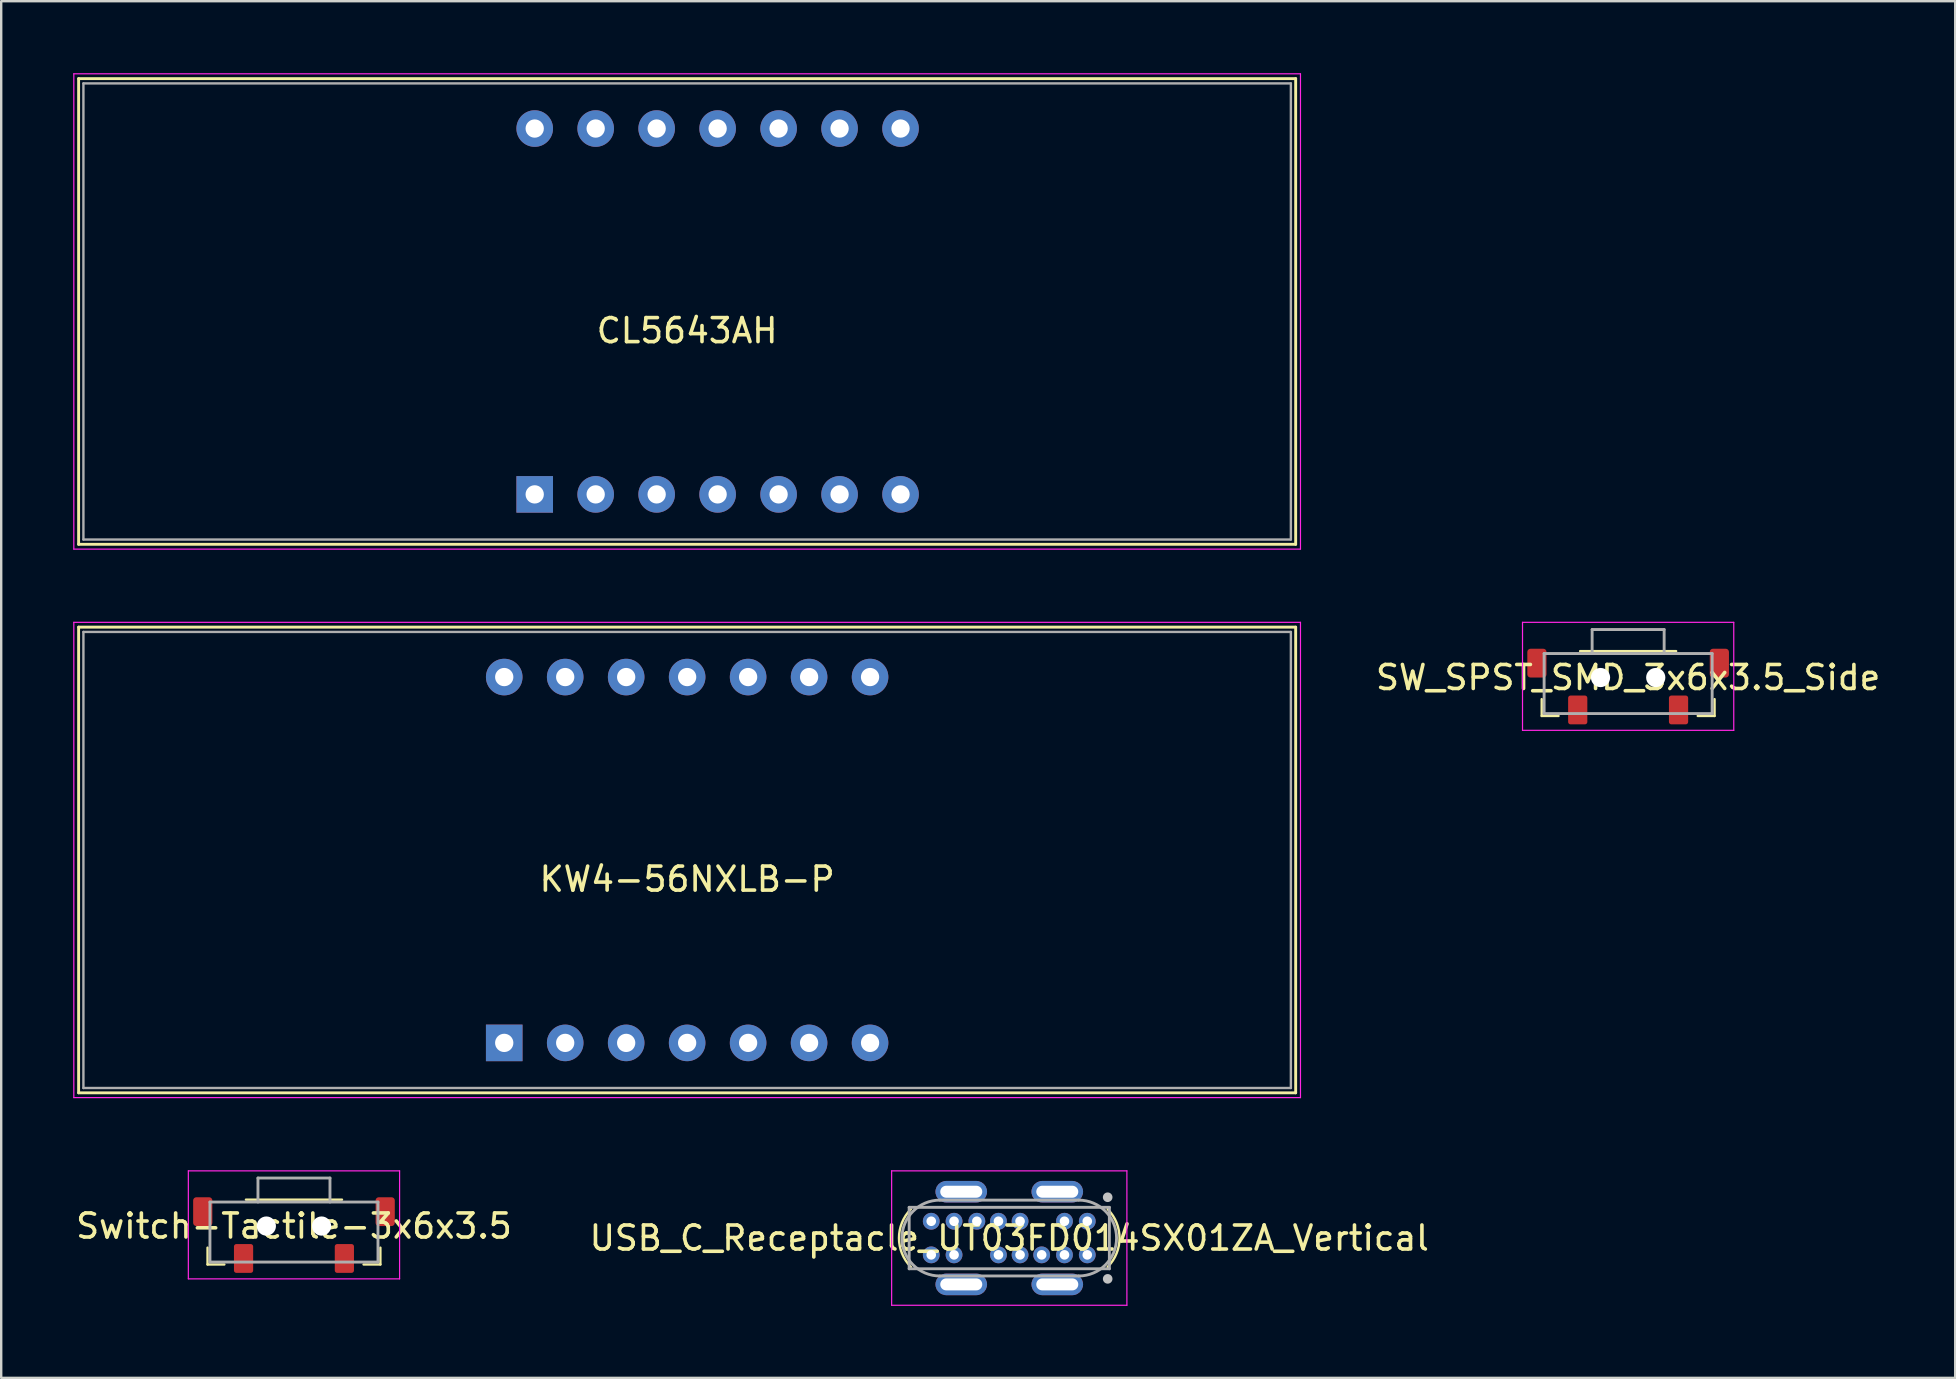
<source format=kicad_pcb>
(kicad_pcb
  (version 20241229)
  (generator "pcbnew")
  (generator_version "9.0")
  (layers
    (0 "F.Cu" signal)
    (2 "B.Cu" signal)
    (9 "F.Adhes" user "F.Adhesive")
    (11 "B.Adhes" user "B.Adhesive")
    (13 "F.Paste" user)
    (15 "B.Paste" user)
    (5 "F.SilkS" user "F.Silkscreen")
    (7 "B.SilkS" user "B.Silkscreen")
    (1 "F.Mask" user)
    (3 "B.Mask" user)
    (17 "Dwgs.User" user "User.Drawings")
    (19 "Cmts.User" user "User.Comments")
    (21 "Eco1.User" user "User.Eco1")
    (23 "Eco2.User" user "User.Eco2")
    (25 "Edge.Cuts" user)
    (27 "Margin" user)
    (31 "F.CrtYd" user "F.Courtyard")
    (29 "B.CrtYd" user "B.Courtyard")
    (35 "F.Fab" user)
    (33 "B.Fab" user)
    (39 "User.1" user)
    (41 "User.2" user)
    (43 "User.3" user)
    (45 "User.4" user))
  (footprint "CL5643AH"
    (layer "F.Cu")
    (at 25.575 9.925)
    (property "Reference" "CL5643AH" (at 0 0.8 0) (layer "F.SilkS") (effects (font (size 1 1) (thickness 0.15))))
    (attr through_hole)
    (fp_line (start -25.35 -9.7) (end -25.35 9.7) (stroke (width 0.12) (type solid)) (layer "F.SilkS"))
    (fp_line (start -25.35 9.7) (end 25.35 9.7) (stroke (width 0.12) (type solid)) (layer "F.SilkS"))
    (fp_line (start 25.35 -9.7) (end -25.35 -9.7) (stroke (width 0.12) (type solid)) (layer "F.SilkS"))
    (fp_line (start 25.35 9.7) (end 25.35 -9.7) (stroke (width 0.12) (type solid)) (layer "F.SilkS"))
    (fp_line (start -25.55 -9.9) (end -25.55 9.9) (stroke (width 0.05) (type solid)) (layer "F.CrtYd"))
    (fp_line (start -25.55 9.9) (end 25.55 9.9) (stroke (width 0.05) (type solid)) (layer "F.CrtYd"))
    (fp_line (start 25.55 -9.9) (end -25.55 -9.9) (stroke (width 0.05) (type solid)) (layer "F.CrtYd"))
    (fp_line (start 25.55 9.9) (end 25.55 -9.9) (stroke (width 0.05) (type solid)) (layer "F.CrtYd"))
    (fp_line (start -25.15 -9.5) (end 25.15 -9.5) (stroke (width 0.1) (type solid)) (layer "F.Fab"))
    (fp_line (start -25.15 9.5) (end -25.15 -9.5) (stroke (width 0.1) (type solid)) (layer "F.Fab"))
    (fp_line (start 25.15 -9.5) (end 25.15 9.5) (stroke (width 0.1) (type solid)) (layer "F.Fab"))
    (fp_line (start 25.15 9.5) (end -25.15 9.5) (stroke (width 0.1) (type solid)) (layer "F.Fab"))
    (pad "1" thru_hole rect (at -6.35 7.62) (size 1.524 1.524) (drill 0.762) (layers "*.Cu" "*.Mask"))
    (pad "2" thru_hole circle (at -3.81 7.62) (size 1.524 1.524) (drill 0.762) (layers "*.Cu" "*.Mask"))
    (pad "3" thru_hole circle (at -1.27 7.62) (size 1.524 1.524) (drill 0.762) (layers "*.Cu" "*.Mask"))
    (pad "4" thru_hole circle (at 1.27 7.62) (size 1.524 1.524) (drill 0.762) (layers "*.Cu" "*.Mask"))
    (pad "5" thru_hole circle (at 3.81 7.62) (size 1.524 1.524) (drill 0.762) (layers "*.Cu" "*.Mask"))
    (pad "6" thru_hole circle (at 6.35 7.62) (size 1.524 1.524) (drill 0.762) (layers "*.Cu" "*.Mask"))
    (pad "7" thru_hole circle (at 8.89 7.62) (size 1.524 1.524) (drill 0.762) (layers "*.Cu" "*.Mask"))
    (pad "8" thru_hole circle (at 8.89 -7.62) (size 1.524 1.524) (drill 0.762) (layers "*.Cu" "*.Mask"))
    (pad "9" thru_hole circle (at 6.35 -7.62) (size 1.524 1.524) (drill 0.762) (layers "*.Cu" "*.Mask"))
    (pad "10" thru_hole circle (at 3.81 -7.62) (size 1.524 1.524) (drill 0.762) (layers "*.Cu" "*.Mask"))
    (pad "11" thru_hole circle (at 1.27 -7.62) (size 1.524 1.524) (drill 0.762) (layers "*.Cu" "*.Mask"))
    (pad "12" thru_hole circle (at -1.27 -7.62) (size 1.524 1.524) (drill 0.762) (layers "*.Cu" "*.Mask"))
    (pad "13" thru_hole circle (at -3.81 -7.62) (size 1.524 1.524) (drill 0.762) (layers "*.Cu" "*.Mask"))
    (pad "14" thru_hole circle (at -6.35 -7.62) (size 1.524 1.524) (drill 0.762) (layers "*.Cu" "*.Mask")))
  (footprint "SW_SPST_SMD_3x6x3.5_Side"
    (layer "F.Cu")
    (at 64.775 25.175)
    (property "Reference" "SW_SPST_SMD_3x6x3.5_Side" (at 0 0 0) (layer "F.SilkS") (effects (font (size 1 1) (thickness 0.15))))
    (attr through_hole)
    (fp_line (start -3.6 1.6) (end -3.6 0.9) (stroke (width 0.1) (type solid)) (layer "F.SilkS"))
    (fp_line (start -3.6 1.6) (end -2.9 1.6) (stroke (width 0.1) (type solid)) (layer "F.SilkS"))
    (fp_line (start -2 -1.1) (end 2 -1.1) (stroke (width 0.1) (type solid)) (layer "F.SilkS"))
    (fp_line (start 3.6 1.6) (end 2.9 1.6) (stroke (width 0.1) (type solid)) (layer "F.SilkS"))
    (fp_line (start 3.6 1.6) (end 3.6 0.9) (stroke (width 0.1) (type solid)) (layer "F.SilkS"))
    (fp_line (start -4.4 -2.3) (end -4.4 2.2) (stroke (width 0.05) (type solid)) (layer "F.CrtYd"))
    (fp_line (start -4.4 2.2) (end 4.4 2.2) (stroke (width 0.05) (type solid)) (layer "F.CrtYd"))
    (fp_line (start 4.4 -2.3) (end -4.4 -2.3) (stroke (width 0.05) (type solid)) (layer "F.CrtYd"))
    (fp_line (start 4.4 2.2) (end 4.4 -2.3) (stroke (width 0.05) (type solid)) (layer "F.CrtYd"))
    (fp_line (start -3.5 -1) (end 3.5 -1) (stroke (width 0.12) (type solid)) (layer "F.Fab"))
    (fp_line (start -3.5 1.5) (end -3.5 -1) (stroke (width 0.12) (type solid)) (layer "F.Fab"))
    (fp_line (start -1.5 -2) (end 1.5 -2) (stroke (width 0.12) (type solid)) (layer "F.Fab"))
    (fp_line (start -1.5 -1) (end -1.5 -2) (stroke (width 0.12) (type solid)) (layer "F.Fab"))
    (fp_line (start 1.5 -2) (end 1.5 -1) (stroke (width 0.12) (type solid)) (layer "F.Fab"))
    (fp_line (start 3.5 -1) (end 3.5 1.5) (stroke (width 0.12) (type solid)) (layer "F.Fab"))
    (fp_line (start 3.5 1.5) (end -3.5 1.5) (stroke (width 0.12) (type solid)) (layer "F.Fab"))
    (pad "" np_thru_hole circle (at -1.15 0) (size 0.8 0.8) (drill 0.8) (layers "*.Cu" "*.Mask"))
    (pad "" np_thru_hole circle (at 1.15 0) (size 0.8 0.8) (drill 0.8) (layers "*.Cu" "*.Mask"))
    (pad "1" smd roundrect (at -2.1 1.35) (size 0.8 1.2) (layers "F.Cu" "F.Mask" "F.Paste") (roundrect_rratio 0.125))
    (pad "2" smd roundrect (at 2.1 1.35) (size 0.8 1.2) (layers "F.Cu" "F.Mask" "F.Paste") (roundrect_rratio 0.125))
    (pad "MP" smd roundrect (at -3.8 -0.6) (size 0.8 1.2) (layers "F.Cu" "F.Mask" "F.Paste") (roundrect_rratio 0.167))
    (pad "MP" smd roundrect (at 3.8 -0.6) (size 0.8 1.2) (layers "F.Cu" "F.Mask" "F.Paste") (roundrect_rratio 0.167)))
  (footprint "USB_C_Receptacle_UT03FD014SX01ZA_Vertical"
    (layer "F.Cu")
    (at 38.994 48.525)
    (property "Reference" "USB_C_Receptacle_UT03FD014SX01ZA_Vertical" (at 0 0 0) (layer "F.SilkS") (effects (font (size 1 1) (thickness 0.15))))
    (attr through_hole)
    (fp_arc (start -4.1 1.2) (mid -4.594142 0) (end -4.1 -1.2) (stroke (width 0.1) (type solid)) (layer "F.SilkS"))
    (fp_arc (start 4.1 -1.2) (mid 4.594142 0) (end 4.1 1.2) (stroke (width 0.1) (type solid)) (layer "F.SilkS"))
    (fp_line (start -4.9 -2.8) (end 4.9 -2.8) (stroke (width 0.05) (type solid)) (layer "F.CrtYd"))
    (fp_line (start -4.9 2.8) (end -4.9 -2.8) (stroke (width 0.05) (type solid)) (layer "F.CrtYd"))
    (fp_line (start 4.9 -2.8) (end 4.9 2.8) (stroke (width 0.05) (type solid)) (layer "F.CrtYd"))
    (fp_line (start 4.9 2.8) (end -4.9 2.8) (stroke (width 0.05) (type solid)) (layer "F.CrtYd"))
    (fp_line (start -4.17 -1.28) (end -4.17 1.28) (stroke (width 0.12) (type solid)) (layer "F.Fab"))
    (fp_line (start -4.17 -1.28) (end 4.17 -1.28) (stroke (width 0.12) (type solid)) (layer "F.Fab"))
    (fp_line (start -4.17 1.28) (end 4.17 1.28) (stroke (width 0.12) (type solid)) (layer "F.Fab"))
    (fp_line (start -2.89 -1.58) (end 2.89 -1.58) (stroke (width 0.12) (type solid)) (layer "F.Fab"))
    (fp_line (start -2.89 1.58) (end 2.89 1.58) (stroke (width 0.12) (type solid)) (layer "F.Fab"))
    (fp_line (start 4.17 1.28) (end 4.17 -1.28) (stroke (width 0.12) (type solid)) (layer "F.Fab"))
    (fp_arc (start -2.89 1.58) (mid -4.47 0) (end -2.89 -1.58) (stroke (width 0.12) (type solid)) (layer "F.Fab"))
    (fp_arc (start 2.89 -1.58) (mid 4.47 0) (end 2.89 1.58) (stroke (width 0.12) (type solid)) (layer "F.Fab"))
    (pad "" smd circle (at 4.1 -1.7) (size 0.4 0.4) (layers "Dwgs.User"))
    (pad "" smd circle (at 4.1 1.7) (size 0.4 0.4) (layers "Dwgs.User"))
    (pad "A1" thru_hole circle (at -3.25 -0.7) (size 0.7 0.7) (drill 0.4) (layers "*.Cu" "*.Mask"))
    (pad "A4" thru_hole circle (at -2.3 -0.7) (size 0.7 0.7) (drill 0.4) (layers "*.Cu" "*.Mask"))
    (pad "A5" thru_hole circle (at -1.35 -0.7) (size 0.7 0.7) (drill 0.4) (layers "*.Cu" "*.Mask"))
    (pad "A6" thru_hole circle (at -0.45 -0.7) (size 0.7 0.7) (drill 0.4) (layers "*.Cu" "*.Mask"))
    (pad "A7" thru_hole circle (at 0.45 -0.7) (size 0.7 0.7) (drill 0.4) (layers "*.Cu" "*.Mask"))
    (pad "A9" thru_hole circle (at 2.3 -0.7) (size 0.7 0.7) (drill 0.4) (layers "*.Cu" "*.Mask"))
    (pad "A12" thru_hole circle (at 3.25 -0.7) (size 0.7 0.7) (drill 0.4) (layers "*.Cu" "*.Mask"))
    (pad "B1" thru_hole circle (at 3.25 0.7) (size 0.7 0.7) (drill 0.4) (layers "*.Cu" "*.Mask"))
    (pad "B4" thru_hole circle (at 2.3 0.7) (size 0.7 0.7) (drill 0.4) (layers "*.Cu" "*.Mask"))
    (pad "B5" thru_hole circle (at 1.35 0.7) (size 0.7 0.7) (drill 0.4) (layers "*.Cu" "*.Mask"))
    (pad "B6" thru_hole circle (at 0.45 0.7) (size 0.7 0.7) (drill 0.4) (layers "*.Cu" "*.Mask"))
    (pad "B7" thru_hole circle (at -0.45 0.7) (size 0.7 0.7) (drill 0.4) (layers "*.Cu" "*.Mask"))
    (pad "B9" thru_hole circle (at -2.3 0.7) (size 0.7 0.7) (drill 0.4) (layers "*.Cu" "*.Mask"))
    (pad "B12" thru_hole circle (at -3.25 0.7) (size 0.7 0.7) (drill 0.4) (layers "*.Cu" "*.Mask"))
    (pad "S1" thru_hole roundrect (at -2 -1.93) (size 2.15 0.9) (drill oval 1.75 0.5) (layers "*.Cu" "*.Mask") (roundrect_rratio 0.5))
    (pad "S1" thru_hole roundrect (at -2 1.93) (size 2.15 0.9) (drill oval 1.75 0.5) (layers "*.Cu" "*.Mask") (roundrect_rratio 0.5))
    (pad "S1" thru_hole roundrect (at 2 -1.93) (size 2.15 0.9) (drill oval 1.75 0.5) (layers "*.Cu" "*.Mask") (roundrect_rratio 0.5))
    (pad "S1" thru_hole roundrect (at 2 1.93) (size 2.15 0.9) (drill oval 1.75 0.5) (layers "*.Cu" "*.Mask") (roundrect_rratio 0.5)))
  (footprint "KW4-56NXLB-P"
    (layer "F.Cu")
    (at 25.575 32.775)
    (property "Reference" "KW4-56NXLB-P" (at 0 0.8 0) (layer "F.SilkS") (effects (font (size 1 1) (thickness 0.15))))
    (attr through_hole)
    (fp_line (start -25.35 -9.7) (end -25.35 9.7) (stroke (width 0.12) (type solid)) (layer "F.SilkS"))
    (fp_line (start -25.35 9.7) (end 25.35 9.7) (stroke (width 0.12) (type solid)) (layer "F.SilkS"))
    (fp_line (start 25.35 -9.7) (end -25.35 -9.7) (stroke (width 0.12) (type solid)) (layer "F.SilkS"))
    (fp_line (start 25.35 9.7) (end 25.35 -9.7) (stroke (width 0.12) (type solid)) (layer "F.SilkS"))
    (fp_line (start -25.55 -9.9) (end -25.55 9.9) (stroke (width 0.05) (type solid)) (layer "F.CrtYd"))
    (fp_line (start -25.55 9.9) (end 25.55 9.9) (stroke (width 0.05) (type solid)) (layer "F.CrtYd"))
    (fp_line (start 25.55 -9.9) (end -25.55 -9.9) (stroke (width 0.05) (type solid)) (layer "F.CrtYd"))
    (fp_line (start 25.55 9.9) (end 25.55 -9.9) (stroke (width 0.05) (type solid)) (layer "F.CrtYd"))
    (fp_line (start -25.15 -9.5) (end 25.15 -9.5) (stroke (width 0.1) (type solid)) (layer "F.Fab"))
    (fp_line (start -25.15 9.5) (end -25.15 -9.5) (stroke (width 0.1) (type solid)) (layer "F.Fab"))
    (fp_line (start 25.15 -9.5) (end 25.15 9.5) (stroke (width 0.1) (type solid)) (layer "F.Fab"))
    (fp_line (start 25.15 9.5) (end -25.15 9.5) (stroke (width 0.1) (type solid)) (layer "F.Fab"))
    (pad "1" thru_hole rect (at -7.62 7.62) (size 1.524 1.524) (drill 0.762) (layers "*.Cu" "*.Mask"))
    (pad "2" thru_hole circle (at -5.08 7.62) (size 1.524 1.524) (drill 0.762) (layers "*.Cu" "*.Mask"))
    (pad "3" thru_hole circle (at -2.54 7.62) (size 1.524 1.524) (drill 0.762) (layers "*.Cu" "*.Mask"))
    (pad "4" thru_hole circle (at 0 7.62) (size 1.524 1.524) (drill 0.762) (layers "*.Cu" "*.Mask"))
    (pad "5" thru_hole circle (at 2.54 7.62) (size 1.524 1.524) (drill 0.762) (layers "*.Cu" "*.Mask"))
    (pad "6" thru_hole circle (at 5.08 7.62) (size 1.524 1.524) (drill 0.762) (layers "*.Cu" "*.Mask"))
    (pad "7" thru_hole circle (at 7.62 7.62) (size 1.524 1.524) (drill 0.762) (layers "*.Cu" "*.Mask"))
    (pad "8" thru_hole circle (at 7.62 -7.62) (size 1.524 1.524) (drill 0.762) (layers "*.Cu" "*.Mask"))
    (pad "9" thru_hole circle (at 5.08 -7.62) (size 1.524 1.524) (drill 0.762) (layers "*.Cu" "*.Mask"))
    (pad "10" thru_hole circle (at 2.54 -7.62) (size 1.524 1.524) (drill 0.762) (layers "*.Cu" "*.Mask"))
    (pad "11" thru_hole circle (at 0 -7.62) (size 1.524 1.524) (drill 0.762) (layers "*.Cu" "*.Mask"))
    (pad "12" thru_hole circle (at -2.54 -7.62) (size 1.524 1.524) (drill 0.762) (layers "*.Cu" "*.Mask"))
    (pad "13" thru_hole circle (at -5.08 -7.62) (size 1.524 1.524) (drill 0.762) (layers "*.Cu" "*.Mask"))
    (pad "14" thru_hole circle (at -7.62 -7.62) (size 1.524 1.524) (drill 0.762) (layers "*.Cu" "*.Mask")))
  (footprint "Switch-Tactile-3x6x3.5"
    (layer "F.Cu")
    (at 9.196 48.025)
    (property "Reference" "Switch-Tactile-3x6x3.5" (at 0 0 0) (layer "F.SilkS") (effects (font (size 1 1) (thickness 0.15))))
    (attr through_hole)
    (fp_line (start -3.6 1.6) (end -3.6 0.9) (stroke (width 0.1) (type solid)) (layer "F.SilkS"))
    (fp_line (start -3.6 1.6) (end -2.9 1.6) (stroke (width 0.1) (type solid)) (layer "F.SilkS"))
    (fp_line (start -2 -1.1) (end 2 -1.1) (stroke (width 0.1) (type solid)) (layer "F.SilkS"))
    (fp_line (start 3.6 1.6) (end 2.9 1.6) (stroke (width 0.1) (type solid)) (layer "F.SilkS"))
    (fp_line (start 3.6 1.6) (end 3.6 0.9) (stroke (width 0.1) (type solid)) (layer "F.SilkS"))
    (fp_line (start -4.4 -2.3) (end -4.4 2.2) (stroke (width 0.05) (type solid)) (layer "F.CrtYd"))
    (fp_line (start -4.4 2.2) (end 4.4 2.2) (stroke (width 0.05) (type solid)) (layer "F.CrtYd"))
    (fp_line (start 4.4 -2.3) (end -4.4 -2.3) (stroke (width 0.05) (type solid)) (layer "F.CrtYd"))
    (fp_line (start 4.4 2.2) (end 4.4 -2.3) (stroke (width 0.05) (type solid)) (layer "F.CrtYd"))
    (fp_line (start -3.5 -1) (end 3.5 -1) (stroke (width 0.12) (type solid)) (layer "F.Fab"))
    (fp_line (start -3.5 1.5) (end -3.5 -1) (stroke (width 0.12) (type solid)) (layer "F.Fab"))
    (fp_line (start -1.5 -2) (end 1.5 -2) (stroke (width 0.12) (type solid)) (layer "F.Fab"))
    (fp_line (start -1.5 -1) (end -1.5 -2) (stroke (width 0.12) (type solid)) (layer "F.Fab"))
    (fp_line (start 1.5 -2) (end 1.5 -1) (stroke (width 0.12) (type solid)) (layer "F.Fab"))
    (fp_line (start 3.5 -1) (end 3.5 1.5) (stroke (width 0.12) (type solid)) (layer "F.Fab"))
    (fp_line (start 3.5 1.5) (end -3.5 1.5) (stroke (width 0.12) (type solid)) (layer "F.Fab"))
    (pad "" np_thru_hole circle (at -1.15 0) (size 0.8 0.8) (drill 0.8) (layers "*.Cu" "*.Mask"))
    (pad "" np_thru_hole circle (at 1.15 0) (size 0.8 0.8) (drill 0.8) (layers "*.Cu" "*.Mask"))
    (pad "1" smd roundrect (at -2.1 1.35) (size 0.8 1.2) (layers "F.Cu" "F.Mask" "F.Paste") (roundrect_rratio 0.125))
    (pad "2" smd roundrect (at 2.1 1.35) (size 0.8 1.2) (layers "F.Cu" "F.Mask" "F.Paste") (roundrect_rratio 0.125))
    (pad "MP" smd roundrect (at -3.8 -0.6) (size 0.8 1.2) (layers "F.Cu" "F.Mask" "F.Paste") (roundrect_rratio 0.167))
    (pad "MP" smd roundrect (at 3.8 -0.6) (size 0.8 1.2) (layers "F.Cu" "F.Mask" "F.Paste") (roundrect_rratio 0.167)))
  (gr_rect
    (start -3 -3)
    (end 78.4 54.35)
    (stroke (width 0.1) (type default))
    (fill no)
    (layer "Edge.Cuts")))
</source>
